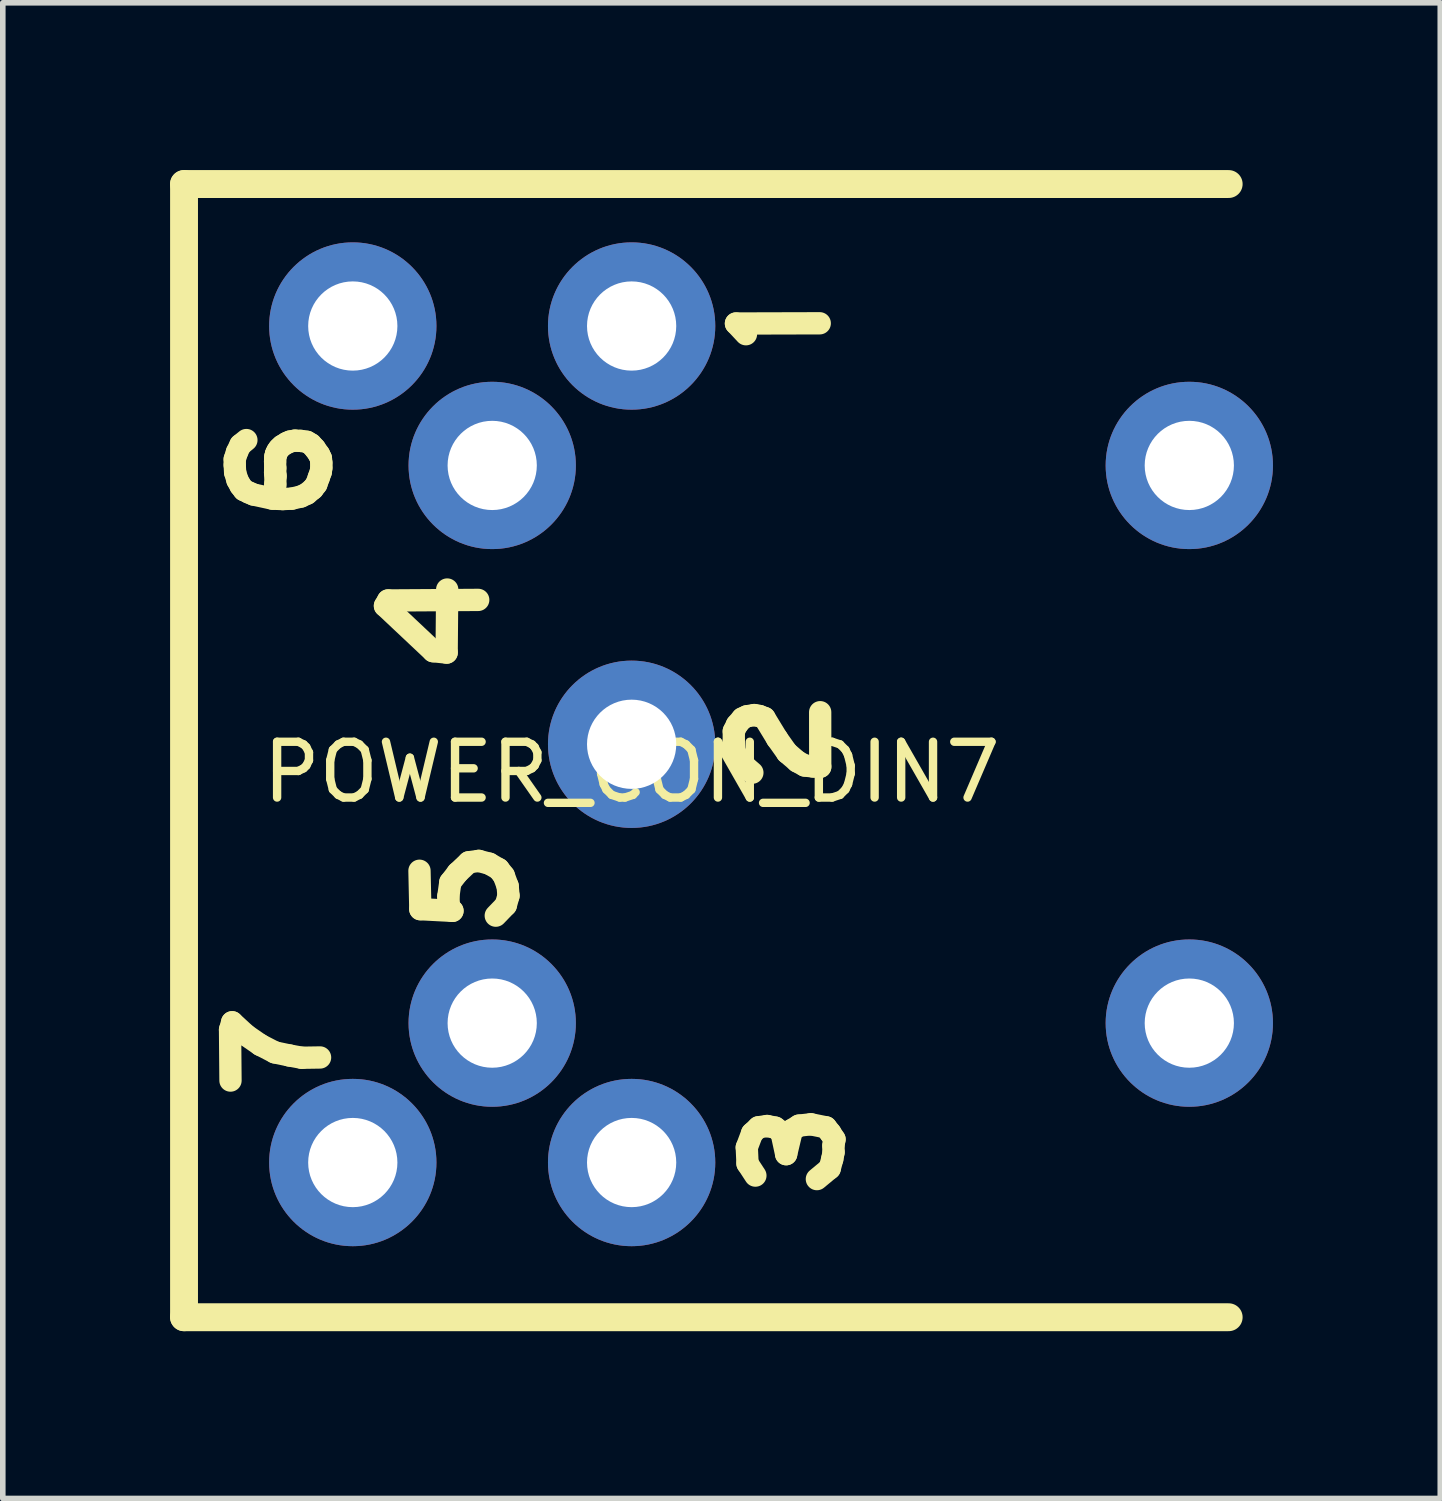
<source format=kicad_pcb>
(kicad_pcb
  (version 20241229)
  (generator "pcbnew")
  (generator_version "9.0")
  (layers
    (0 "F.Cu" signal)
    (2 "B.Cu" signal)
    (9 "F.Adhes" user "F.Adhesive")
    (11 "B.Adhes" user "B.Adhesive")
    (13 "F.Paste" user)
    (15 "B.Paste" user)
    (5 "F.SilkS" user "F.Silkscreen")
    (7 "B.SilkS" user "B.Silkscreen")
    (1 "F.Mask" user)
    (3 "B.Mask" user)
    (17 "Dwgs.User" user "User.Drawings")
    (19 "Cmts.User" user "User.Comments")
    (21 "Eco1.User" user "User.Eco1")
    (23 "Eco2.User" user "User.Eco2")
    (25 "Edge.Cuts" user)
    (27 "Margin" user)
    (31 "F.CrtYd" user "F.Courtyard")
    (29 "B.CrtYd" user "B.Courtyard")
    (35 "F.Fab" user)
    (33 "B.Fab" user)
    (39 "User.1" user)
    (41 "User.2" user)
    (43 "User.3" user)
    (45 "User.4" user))
  (footprint "POWER_CON_DIN7"
    (layer "F.Cu")
    (at 8.276 10.296)
    (property "Reference" "POWER_CON_DIN7" (at 0 0.5 0) (layer "F.SilkS") (effects (font (size 1 1) (thickness 0.15))))
    (attr through_hole)
    (fp_line (start -8.026 -10.046) (end 10.706 -10.046) (stroke (width 0.5) (type solid)) (layer "F.SilkS"))
    (fp_line (start -8.026 10.274) (end -8.026 -10.046) (stroke (width 0.5) (type solid)) (layer "F.SilkS"))
    (fp_line (start -7.201 5.119) (end -7.163 4.985) (stroke (width 0.4) (type solid)) (layer "F.SilkS"))
    (fp_line (start -7.193 6.03) (end -7.201 5.119) (stroke (width 0.4) (type solid)) (layer "F.SilkS"))
    (fp_line (start -7.163 4.985) (end -6.913 5.215) (stroke (width 0.4) (type solid)) (layer "F.SilkS"))
    (fp_line (start -7.117 -5.111) (end -7.117 -5.008) (stroke (width 0.4) (type solid)) (layer "F.SilkS"))
    (fp_line (start -7.117 -5.008) (end -7.11 -4.877) (stroke (width 0.4) (type solid)) (layer "F.SilkS"))
    (fp_line (start -7.11 -4.877) (end -7.069 -4.738) (stroke (width 0.4) (type solid)) (layer "F.SilkS"))
    (fp_line (start -7.077 -5.238) (end -7.117 -5.111) (stroke (width 0.4) (type solid)) (layer "F.SilkS"))
    (fp_line (start -7.069 -4.738) (end -7.014 -4.637) (stroke (width 0.4) (type solid)) (layer "F.SilkS"))
    (fp_line (start -7.014 -5.369) (end -7.077 -5.238) (stroke (width 0.4) (type solid)) (layer "F.SilkS"))
    (fp_line (start -7.014 -4.637) (end -6.953 -4.558) (stroke (width 0.4) (type solid)) (layer "F.SilkS"))
    (fp_line (start -6.953 -4.558) (end -6.865 -4.515) (stroke (width 0.4) (type solid)) (layer "F.SilkS"))
    (fp_line (start -6.913 5.215) (end -6.658 5.391) (stroke (width 0.4) (type solid)) (layer "F.SilkS"))
    (fp_line (start -6.908 -5.455) (end -7.014 -5.369) (stroke (width 0.4) (type solid)) (layer "F.SilkS"))
    (fp_line (start -6.865 -4.515) (end -6.779 -4.478) (stroke (width 0.4) (type solid)) (layer "F.SilkS"))
    (fp_line (start -6.779 -4.478) (end -6.438 -4.404) (stroke (width 0.4) (type solid)) (layer "F.SilkS"))
    (fp_line (start -6.658 5.391) (end -6.398 5.525) (stroke (width 0.4) (type solid)) (layer "F.SilkS"))
    (fp_line (start -6.438 -4.404) (end -6.256 -4.397) (stroke (width 0.4) (type solid)) (layer "F.SilkS"))
    (fp_line (start -6.398 5.525) (end -6.133 5.581) (stroke (width 0.4) (type solid)) (layer "F.SilkS"))
    (fp_line (start -6.393 -5.071) (end -6.39 -4.952) (stroke (width 0.4) (type solid)) (layer "F.SilkS"))
    (fp_line (start -6.393 -4.874) (end -6.385 -4.811) (stroke (width 0.4) (type solid)) (layer "F.SilkS"))
    (fp_line (start -6.39 -5.147) (end -6.393 -5.071) (stroke (width 0.4) (type solid)) (layer "F.SilkS"))
    (fp_line (start -6.39 -4.952) (end -6.393 -4.874) (stroke (width 0.4) (type solid)) (layer "F.SilkS"))
    (fp_line (start -6.39 -4.654) (end -6.4 -4.5) (stroke (width 0.4) (type solid)) (layer "F.SilkS"))
    (fp_line (start -6.385 -4.811) (end -6.39 -4.654) (stroke (width 0.4) (type solid)) (layer "F.SilkS"))
    (fp_line (start -6.38 -5.19) (end -6.39 -5.147) (stroke (width 0.4) (type solid)) (layer "F.SilkS"))
    (fp_line (start -6.372 -5.215) (end -6.38 -5.19) (stroke (width 0.4) (type solid)) (layer "F.SilkS"))
    (fp_line (start -6.35 -5.26) (end -6.372 -5.215) (stroke (width 0.4) (type solid)) (layer "F.SilkS"))
    (fp_line (start -6.319 -5.303) (end -6.35 -5.26) (stroke (width 0.4) (type solid)) (layer "F.SilkS"))
    (fp_line (start -6.269 -5.351) (end -6.319 -5.303) (stroke (width 0.4) (type solid)) (layer "F.SilkS"))
    (fp_line (start -6.256 -4.397) (end -6.095 -4.404) (stroke (width 0.4) (type solid)) (layer "F.SilkS"))
    (fp_line (start -6.186 -5.402) (end -6.269 -5.351) (stroke (width 0.4) (type solid)) (layer "F.SilkS"))
    (fp_line (start -6.133 5.581) (end -5.915 5.621) (stroke (width 0.4) (type solid)) (layer "F.SilkS"))
    (fp_line (start -6.125 -5.429) (end -6.186 -5.402) (stroke (width 0.4) (type solid)) (layer "F.SilkS"))
    (fp_line (start -6.095 -4.404) (end -5.931 -4.442) (stroke (width 0.4) (type solid)) (layer "F.SilkS"))
    (fp_line (start -6.037 -5.445) (end -6.125 -5.429) (stroke (width 0.4) (type solid)) (layer "F.SilkS"))
    (fp_line (start -5.933 -5.44) (end -6.037 -5.445) (stroke (width 0.4) (type solid)) (layer "F.SilkS"))
    (fp_line (start -5.931 -4.442) (end -5.822 -4.493) (stroke (width 0.4) (type solid)) (layer "F.SilkS"))
    (fp_line (start -5.915 5.621) (end -5.587 5.616) (stroke (width 0.4) (type solid)) (layer "F.SilkS"))
    (fp_line (start -5.824 -5.424) (end -5.933 -5.44) (stroke (width 0.4) (type solid)) (layer "F.SilkS"))
    (fp_line (start -5.822 -4.493) (end -5.716 -4.581) (stroke (width 0.4) (type solid)) (layer "F.SilkS"))
    (fp_line (start -5.751 -5.381) (end -5.824 -5.424) (stroke (width 0.4) (type solid)) (layer "F.SilkS"))
    (fp_line (start -5.716 -4.581) (end -5.653 -4.664) (stroke (width 0.4) (type solid)) (layer "F.SilkS"))
    (fp_line (start -5.681 -5.306) (end -5.751 -5.381) (stroke (width 0.4) (type solid)) (layer "F.SilkS"))
    (fp_line (start -5.653 -4.664) (end -5.61 -4.783) (stroke (width 0.4) (type solid)) (layer "F.SilkS"))
    (fp_line (start -5.61 -4.783) (end -5.574 -4.884) (stroke (width 0.4) (type solid)) (layer "F.SilkS"))
    (fp_line (start -5.605 -5.197) (end -5.681 -5.306) (stroke (width 0.4) (type solid)) (layer "F.SilkS"))
    (fp_line (start -5.574 -4.884) (end -5.564 -4.957) (stroke (width 0.4) (type solid)) (layer "F.SilkS"))
    (fp_line (start -5.572 -5.127) (end -5.605 -5.197) (stroke (width 0.4) (type solid)) (layer "F.SilkS"))
    (fp_line (start -5.564 -5.048) (end -5.572 -5.127) (stroke (width 0.4) (type solid)) (layer "F.SilkS"))
    (fp_line (start -5.564 -4.957) (end -5.564 -5.048) (stroke (width 0.4) (type solid)) (layer "F.SilkS"))
    (fp_line (start -4.423 -2.482) (end -3.559 -1.669) (stroke (width 0.4) (type solid)) (layer "F.SilkS"))
    (fp_line (start -4.367 -2.579) (end -4.423 -2.482) (stroke (width 0.4) (type solid)) (layer "F.SilkS"))
    (fp_line (start -3.804 2.268) (end -3.789 2.957) (stroke (width 0.4) (type solid)) (layer "F.SilkS"))
    (fp_line (start -3.789 2.957) (end -3.213 2.987) (stroke (width 0.4) (type solid)) (layer "F.SilkS"))
    (fp_line (start -3.559 -1.669) (end -3.317 -1.644) (stroke (width 0.4) (type solid)) (layer "F.SilkS"))
    (fp_line (start -3.317 -1.644) (end -3.307 -2.775) (stroke (width 0.4) (type solid)) (layer "F.SilkS"))
    (fp_line (start -3.287 2.73) (end -3.251 2.475) (stroke (width 0.4) (type solid)) (layer "F.SilkS"))
    (fp_line (start -3.271 2.972) (end -3.287 2.73) (stroke (width 0.4) (type solid)) (layer "F.SilkS"))
    (fp_line (start -3.251 2.475) (end -3.12 2.305) (stroke (width 0.4) (type solid)) (layer "F.SilkS"))
    (fp_line (start -3.213 2.987) (end -3.271 2.972) (stroke (width 0.4) (type solid)) (layer "F.SilkS"))
    (fp_line (start -3.12 2.305) (end -2.92 2.116) (stroke (width 0.4) (type solid)) (layer "F.SilkS"))
    (fp_line (start -2.92 2.116) (end -2.741 2.091) (stroke (width 0.4) (type solid)) (layer "F.SilkS"))
    (fp_line (start -2.751 -2.589) (end -4.367 -2.579) (stroke (width 0.4) (type solid)) (layer "F.SilkS"))
    (fp_line (start -2.741 2.091) (end -2.552 2.141) (stroke (width 0.4) (type solid)) (layer "F.SilkS"))
    (fp_line (start -2.552 2.141) (end -2.385 2.237) (stroke (width 0.4) (type solid)) (layer "F.SilkS"))
    (fp_line (start -2.385 2.237) (end -2.292 2.356) (stroke (width 0.4) (type solid)) (layer "F.SilkS"))
    (fp_line (start -2.292 2.356) (end -2.223 2.543) (stroke (width 0.4) (type solid)) (layer "F.SilkS"))
    (fp_line (start -2.256 2.886) (end -2.436 3.073) (stroke (width 0.4) (type solid)) (layer "F.SilkS"))
    (fp_line (start -2.223 2.543) (end -2.208 2.715) (stroke (width 0.4) (type solid)) (layer "F.SilkS"))
    (fp_line (start -2.208 2.715) (end -2.256 2.886) (stroke (width 0.4) (type solid)) (layer "F.SilkS"))
    (fp_line (start 1.832 -0.234) (end 1.888 -0.349) (stroke (width 0.4) (type solid)) (layer "F.SilkS"))
    (fp_line (start 1.832 -0.046) (end 1.832 -0.234) (stroke (width 0.4) (type solid)) (layer "F.SilkS"))
    (fp_line (start 1.845 0.129) (end 1.832 -0.046) (stroke (width 0.4) (type solid)) (layer "F.SilkS"))
    (fp_line (start 1.871 -7.545) (end 3.373 -7.549) (stroke (width 0.4) (type solid)) (layer "F.SilkS"))
    (fp_line (start 1.888 -0.349) (end 1.986 -0.464) (stroke (width 0.4) (type solid)) (layer "F.SilkS"))
    (fp_line (start 1.922 0.283) (end 1.845 0.129) (stroke (width 0.4) (type solid)) (layer "F.SilkS"))
    (fp_line (start 1.986 -0.464) (end 2.067 -0.502) (stroke (width 0.4) (type solid)) (layer "F.SilkS"))
    (fp_line (start 2.041 0.403) (end 1.922 0.283) (stroke (width 0.4) (type solid)) (layer "F.SilkS"))
    (fp_line (start 2.05 -7.353) (end 1.871 -7.545) (stroke (width 0.4) (type solid)) (layer "F.SilkS"))
    (fp_line (start 2.065 7.229) (end 2.16 6.976) (stroke (width 0.4) (type solid)) (layer "F.SilkS"))
    (fp_line (start 2.067 -0.502) (end 2.199 -0.524) (stroke (width 0.4) (type solid)) (layer "F.SilkS"))
    (fp_line (start 2.078 7.518) (end 2.065 7.229) (stroke (width 0.4) (type solid)) (layer "F.SilkS"))
    (fp_line (start 2.16 6.976) (end 2.275 6.868) (stroke (width 0.4) (type solid)) (layer "F.SilkS"))
    (fp_line (start 2.165 0.509) (end 2.041 0.403) (stroke (width 0.4) (type solid)) (layer "F.SilkS"))
    (fp_line (start 2.199 -0.524) (end 2.293 -0.507) (stroke (width 0.4) (type solid)) (layer "F.SilkS"))
    (fp_line (start 2.219 7.734) (end 2.078 7.518) (stroke (width 0.4) (type solid)) (layer "F.SilkS"))
    (fp_line (start 2.275 6.868) (end 2.429 6.845) (stroke (width 0.4) (type solid)) (layer "F.SilkS"))
    (fp_line (start 2.293 -0.507) (end 2.383 -0.472) (stroke (width 0.4) (type solid)) (layer "F.SilkS"))
    (fp_line (start 2.383 -0.472) (end 2.609 -0.101) (stroke (width 0.4) (type solid)) (layer "F.SilkS"))
    (fp_line (start 2.429 6.845) (end 2.574 6.874) (stroke (width 0.4) (type solid)) (layer "F.SilkS"))
    (fp_line (start 2.574 6.874) (end 2.686 6.956) (stroke (width 0.4) (type solid)) (layer "F.SilkS"))
    (fp_line (start 2.609 -0.101) (end 2.788 0.151) (stroke (width 0.4) (type solid)) (layer "F.SilkS"))
    (fp_line (start 2.686 6.956) (end 2.771 7.35) (stroke (width 0.4) (type solid)) (layer "F.SilkS"))
    (fp_line (start 2.771 7.35) (end 2.874 6.916) (stroke (width 0.4) (type solid)) (layer "F.SilkS"))
    (fp_line (start 2.788 0.151) (end 2.972 0.309) (stroke (width 0.4) (type solid)) (layer "F.SilkS"))
    (fp_line (start 2.874 6.916) (end 3.001 6.838) (stroke (width 0.4) (type solid)) (layer "F.SilkS"))
    (fp_line (start 2.972 0.309) (end 3.104 0.381) (stroke (width 0.4) (type solid)) (layer "F.SilkS"))
    (fp_line (start 3.001 6.838) (end 3.214 6.814) (stroke (width 0.4) (type solid)) (layer "F.SilkS"))
    (fp_line (start 3.104 0.381) (end 3.253 0.398) (stroke (width 0.4) (type solid)) (layer "F.SilkS"))
    (fp_line (start 3.214 6.814) (end 3.485 6.869) (stroke (width 0.4) (type solid)) (layer "F.SilkS"))
    (fp_line (start 3.253 0.398) (end 3.382 0.403) (stroke (width 0.4) (type solid)) (layer "F.SilkS"))
    (fp_line (start 3.382 0.403) (end 3.381 -0.575) (stroke (width 0.4) (type solid)) (layer "F.SilkS"))
    (fp_line (start 3.485 6.869) (end 3.563 6.968) (stroke (width 0.4) (type solid)) (layer "F.SilkS"))
    (fp_line (start 3.552 7.606) (end 3.322 7.797) (stroke (width 0.4) (type solid)) (layer "F.SilkS"))
    (fp_line (start 3.563 6.968) (end 3.638 7.084) (stroke (width 0.4) (type solid)) (layer "F.SilkS"))
    (fp_line (start 3.598 7.436) (end 3.552 7.606) (stroke (width 0.4) (type solid)) (layer "F.SilkS"))
    (fp_line (start 3.618 7.196) (end 3.621 7.314) (stroke (width 0.4) (type solid)) (layer "F.SilkS"))
    (fp_line (start 3.621 7.314) (end 3.598 7.436) (stroke (width 0.4) (type solid)) (layer "F.SilkS"))
    (fp_line (start 3.638 7.084) (end 3.618 7.196) (stroke (width 0.4) (type solid)) (layer "F.SilkS"))
    (fp_line (start 10.706 10.274) (end -8.026 10.274) (stroke (width 0.5) (type solid)) (layer "F.SilkS"))
    (pad "1" thru_hole circle (at 0 -7.5) (size 3 3) (drill 1.6) (layers "*.Cu" "*.Mask"))
    (pad "1" thru_hole circle (at 10 -5) (size 3 3) (drill 1.6) (layers "*.Cu" "*.Mask"))
    (pad "1" thru_hole circle (at 10 5) (size 3 3) (drill 1.6) (layers "*.Cu" "*.Mask"))
    (pad "2" thru_hole circle (at 0 0) (size 3 3) (drill 1.6) (layers "*.Cu" "*.Mask"))
    (pad "3" thru_hole circle (at 0 7.5) (size 3 3) (drill 1.6) (layers "*.Cu" "*.Mask"))
    (pad "4" thru_hole circle (at -2.5 -5) (size 3 3) (drill 1.6) (layers "*.Cu" "*.Mask"))
    (pad "5" thru_hole circle (at -2.5 5) (size 3 3) (drill 1.6) (layers "*.Cu" "*.Mask"))
    (pad "6" thru_hole circle (at -5 -7.5) (size 3 3) (drill 1.6) (layers "*.Cu" "*.Mask"))
    (pad "7" thru_hole circle (at -5 7.5) (size 3 3) (drill 1.6) (layers "*.Cu" "*.Mask")))
  (gr_rect
    (start -3 -3)
    (end 22.776 23.82)
    (stroke (width 0.1) (type default))
    (fill no)
    (layer "Edge.Cuts")))
</source>
